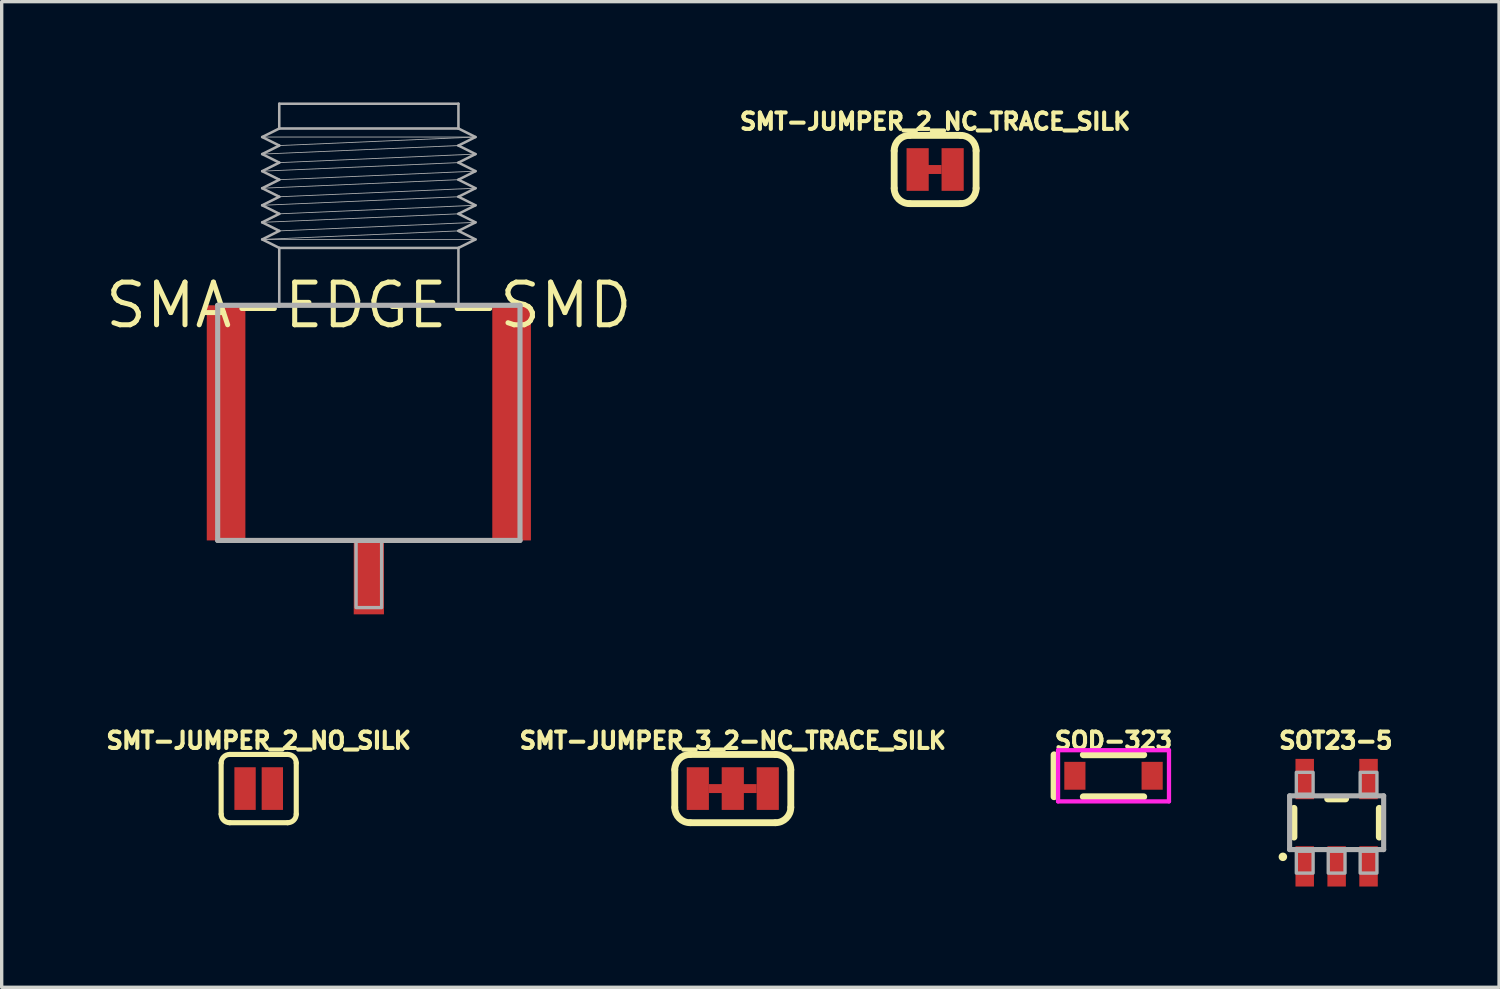
<source format=kicad_pcb>
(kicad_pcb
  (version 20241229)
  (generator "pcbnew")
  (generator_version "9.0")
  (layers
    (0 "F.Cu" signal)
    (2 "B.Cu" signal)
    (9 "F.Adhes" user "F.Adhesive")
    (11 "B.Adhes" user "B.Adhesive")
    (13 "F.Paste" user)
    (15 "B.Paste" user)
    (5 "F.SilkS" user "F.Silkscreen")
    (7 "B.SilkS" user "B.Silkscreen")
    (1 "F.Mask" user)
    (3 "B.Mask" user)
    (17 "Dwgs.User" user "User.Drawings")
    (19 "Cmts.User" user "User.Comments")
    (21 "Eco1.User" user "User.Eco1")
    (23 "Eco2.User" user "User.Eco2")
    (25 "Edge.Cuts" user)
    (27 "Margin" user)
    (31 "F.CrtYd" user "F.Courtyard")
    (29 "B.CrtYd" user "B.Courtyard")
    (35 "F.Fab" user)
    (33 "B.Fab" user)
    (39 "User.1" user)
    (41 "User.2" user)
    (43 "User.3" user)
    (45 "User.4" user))
  (footprint "SMT-JUMPER_2_NO_SILK"
    (layer "F.Cu")
    (at 4.651 20.425)
    (property "Reference" "SMT-JUMPER_2_NO_SILK" (at 0 -1.143 0) (layer "F.SilkS") (effects (font (size 0.488 0.488) (thickness 0.122)) (justify bottom)))
    (fp_line (start -1.118 0.762) (end -1.118 -0.762) (stroke (width 0.152) (type solid)) (layer "F.SilkS"))
    (fp_line (start -0.864 -1.016) (end 0.864 -1.016) (stroke (width 0.152) (type solid)) (layer "F.SilkS"))
    (fp_line (start 0.864 1.016) (end -0.864 1.016) (stroke (width 0.152) (type solid)) (layer "F.SilkS"))
    (fp_line (start 1.118 0.762) (end 1.118 -0.762) (stroke (width 0.152) (type solid)) (layer "F.SilkS"))
    (fp_arc (start -1.1176 -0.762) (mid -1.043205 -0.941605) (end -0.8636 -1.016) (stroke (width 0.1524) (type solid)) (layer "F.SilkS"))
    (fp_arc (start -0.8636 1.016) (mid -1.043205 0.941605) (end -1.1176 0.762) (stroke (width 0.1524) (type solid)) (layer "F.SilkS"))
    (fp_arc (start 0.8636 -1.016) (mid 1.043205 -0.941605) (end 1.1176 -0.762) (stroke (width 0.1524) (type solid)) (layer "F.SilkS"))
    (fp_arc (start 1.1176 0.762) (mid 1.043205 0.941605) (end 0.8636 1.016) (stroke (width 0.1524) (type solid)) (layer "F.SilkS"))
    (pad "1" smd rect (at -0.406 0) (size 0.635 1.27) (layers "F.Cu" "F.Mask"))
    (pad "2" smd rect (at 0.406 0) (size 0.635 1.27) (layers "F.Cu" "F.Mask")))
  (footprint "SMA-EDGE-SMD"
    (layer "F.Cu")
    (at 7.93 6.038)
    (property "Reference" "SMA-EDGE-SMD" (at 0 0 0) (layer "F.SilkS") (effects (font (size 1.27 1.27) (thickness 0.15))))
    (fp_poly (pts (xy -4.93 7) (xy -3.68 7) (xy -3.68 0) (xy -4.93 0)) (stroke (width 0) (type solid)) (fill yes) (layer "F.Paste"))
    (fp_poly (pts (xy -0.55 9.39) (xy 0.55 9.39) (xy 0.55 6.99) (xy -0.55 6.99)) (stroke (width 0) (type solid)) (fill yes) (layer "F.Paste"))
    (fp_poly (pts (xy 3.68 7) (xy 4.93 7) (xy 4.93 0) (xy 3.68 0)) (stroke (width 0) (type solid)) (fill yes) (layer "F.Paste"))
    (fp_line (start -4.5 0) (end -2.667 0) (stroke (width 0.152) (type solid)) (layer "F.Fab"))
    (fp_line (start -4.5 7) (end -4.5 0) (stroke (width 0.152) (type solid)) (layer "F.Fab"))
    (fp_line (start -3.175 -5.009) (end -2.667 -5.263) (stroke (width 0.076) (type solid)) (layer "F.Fab"))
    (fp_line (start -3.175 -4.501) (end -2.667 -4.755) (stroke (width 0.076) (type solid)) (layer "F.Fab"))
    (fp_line (start -3.175 -4.501) (end 2.667 -4.755) (stroke (width 0.025) (type solid)) (layer "F.Fab"))
    (fp_line (start -3.175 -3.993) (end -2.667 -4.247) (stroke (width 0.076) (type solid)) (layer "F.Fab"))
    (fp_line (start -3.175 -3.993) (end -2.667 -3.739) (stroke (width 0.076) (type solid)) (layer "F.Fab"))
    (fp_line (start -3.175 -3.993) (end 2.667 -4.247) (stroke (width 0.025) (type solid)) (layer "F.Fab"))
    (fp_line (start -3.175 -3.485) (end -2.667 -3.739) (stroke (width 0.076) (type solid)) (layer "F.Fab"))
    (fp_line (start -3.175 -3.485) (end 2.667 -3.739) (stroke (width 0.025) (type solid)) (layer "F.Fab"))
    (fp_line (start -3.175 -2.977) (end -2.667 -3.231) (stroke (width 0.076) (type solid)) (layer "F.Fab"))
    (fp_line (start -3.175 -2.977) (end 2.667 -3.231) (stroke (width 0.025) (type solid)) (layer "F.Fab"))
    (fp_line (start -3.175 -2.469) (end -2.667 -2.723) (stroke (width 0.076) (type solid)) (layer "F.Fab"))
    (fp_line (start -3.175 -2.469) (end 2.667 -2.723) (stroke (width 0.025) (type solid)) (layer "F.Fab"))
    (fp_line (start -3.175 -1.961) (end -2.667 -2.215) (stroke (width 0.076) (type solid)) (layer "F.Fab"))
    (fp_line (start -3.175 -1.961) (end 2.667 -2.215) (stroke (width 0.025) (type solid)) (layer "F.Fab"))
    (fp_line (start -3.175 -1.961) (end 3.175 -1.961) (stroke (width 0.025) (type solid)) (layer "F.Fab"))
    (fp_line (start -2.667 -6) (end 2.667 -6) (stroke (width 0.076) (type solid)) (layer "F.Fab"))
    (fp_line (start -2.667 -5.263) (end -2.667 -6) (stroke (width 0.076) (type solid)) (layer "F.Fab"))
    (fp_line (start -2.667 -5.263) (end 2.667 -5.263) (stroke (width 0.076) (type solid)) (layer "F.Fab"))
    (fp_line (start -2.667 -4.755) (end -3.175 -5.009) (stroke (width 0.076) (type solid)) (layer "F.Fab"))
    (fp_line (start -2.667 -4.755) (end 3.175 -5.009) (stroke (width 0.025) (type solid)) (layer "F.Fab"))
    (fp_line (start -2.667 -4.247) (end -3.175 -4.501) (stroke (width 0.076) (type solid)) (layer "F.Fab"))
    (fp_line (start -2.667 -4.247) (end 3.175 -4.501) (stroke (width 0.025) (type solid)) (layer "F.Fab"))
    (fp_line (start -2.667 -3.739) (end 3.175 -3.993) (stroke (width 0.025) (type solid)) (layer "F.Fab"))
    (fp_line (start -2.667 -3.231) (end -3.175 -3.485) (stroke (width 0.076) (type solid)) (layer "F.Fab"))
    (fp_line (start -2.667 -3.231) (end 3.175 -3.485) (stroke (width 0.025) (type solid)) (layer "F.Fab"))
    (fp_line (start -2.667 -2.723) (end -3.175 -2.977) (stroke (width 0.076) (type solid)) (layer "F.Fab"))
    (fp_line (start -2.667 -2.723) (end 3.175 -2.977) (stroke (width 0.025) (type solid)) (layer "F.Fab"))
    (fp_line (start -2.667 -2.215) (end -3.175 -2.469) (stroke (width 0.076) (type solid)) (layer "F.Fab"))
    (fp_line (start -2.667 -2.215) (end 3.175 -2.469) (stroke (width 0.025) (type solid)) (layer "F.Fab"))
    (fp_line (start -2.667 -1.707) (end -3.175 -1.961) (stroke (width 0.076) (type solid)) (layer "F.Fab"))
    (fp_line (start -2.667 -1.707) (end 2.667 -1.707) (stroke (width 0.076) (type solid)) (layer "F.Fab"))
    (fp_line (start -2.667 0) (end -2.667 -1.707) (stroke (width 0.076) (type solid)) (layer "F.Fab"))
    (fp_line (start -2.667 0) (end 2.667 0) (stroke (width 0.152) (type solid)) (layer "F.Fab"))
    (fp_line (start 2.667 -6) (end 2.667 -5.263) (stroke (width 0.076) (type solid)) (layer "F.Fab"))
    (fp_line (start 2.667 -5.263) (end 3.175 -5.009) (stroke (width 0.076) (type solid)) (layer "F.Fab"))
    (fp_line (start 2.667 -4.755) (end 3.175 -4.501) (stroke (width 0.076) (type solid)) (layer "F.Fab"))
    (fp_line (start 2.667 -4.247) (end 3.175 -3.993) (stroke (width 0.076) (type solid)) (layer "F.Fab"))
    (fp_line (start 2.667 -3.739) (end 3.175 -3.485) (stroke (width 0.076) (type solid)) (layer "F.Fab"))
    (fp_line (start 2.667 -3.231) (end 3.175 -2.977) (stroke (width 0.076) (type solid)) (layer "F.Fab"))
    (fp_line (start 2.667 -2.723) (end 3.175 -2.469) (stroke (width 0.076) (type solid)) (layer "F.Fab"))
    (fp_line (start 2.667 -2.215) (end 3.175 -1.961) (stroke (width 0.076) (type solid)) (layer "F.Fab"))
    (fp_line (start 2.667 -1.707) (end 2.667 0) (stroke (width 0.076) (type solid)) (layer "F.Fab"))
    (fp_line (start 2.667 0) (end 4.5 0) (stroke (width 0.152) (type solid)) (layer "F.Fab"))
    (fp_line (start 3.175 -5.009) (end -3.175 -5.009) (stroke (width 0.025) (type solid)) (layer "F.Fab"))
    (fp_line (start 3.175 -5.009) (end 2.667 -4.755) (stroke (width 0.076) (type solid)) (layer "F.Fab"))
    (fp_line (start 3.175 -4.501) (end 2.667 -4.247) (stroke (width 0.076) (type solid)) (layer "F.Fab"))
    (fp_line (start 3.175 -3.993) (end 2.667 -3.739) (stroke (width 0.076) (type solid)) (layer "F.Fab"))
    (fp_line (start 3.175 -3.485) (end 2.667 -3.231) (stroke (width 0.076) (type solid)) (layer "F.Fab"))
    (fp_line (start 3.175 -2.977) (end 2.667 -2.723) (stroke (width 0.076) (type solid)) (layer "F.Fab"))
    (fp_line (start 3.175 -2.469) (end 2.667 -2.215) (stroke (width 0.076) (type solid)) (layer "F.Fab"))
    (fp_line (start 3.175 -1.961) (end 2.667 -1.707) (stroke (width 0.076) (type solid)) (layer "F.Fab"))
    (fp_line (start 4.5 0) (end 4.5 7) (stroke (width 0.152) (type solid)) (layer "F.Fab"))
    (fp_line (start 4.5 7) (end -4.5 7) (stroke (width 0.152) (type solid)) (layer "F.Fab"))
    (fp_poly (pts (xy 0.38 7) (xy -0.38 7) (xy -0.38 9) (xy 0.38 9)) (stroke (width 0.1) (type solid)) (fill no) (layer "F.Fab"))
    (pad "GND@0" smd rect (at -4.25 3.5) (size 1.15 7) (layers "F.Cu" "F.Mask"))
    (pad "GND@1" smd rect (at 4.25 3.5) (size 1.15 7) (layers "F.Cu" "F.Mask"))
    (pad "SIG" smd rect (at 0 8.1) (size 0.9 2.2) (layers "F.Cu" "F.Mask")))
  (footprint "SOT23-5"
    (layer "F.Cu")
    (at 36.74 21.441)
    (property "Reference" "SOT23-5" (at -1.778 -2.159 0) (layer "F.SilkS") (effects (font (size 0.488 0.488) (thickness 0.122)) (justify left bottom)))
    (fp_line (start -1.27 0.429) (end -1.27 -0.429) (stroke (width 0.203) (type solid)) (layer "F.SilkS"))
    (fp_line (start -0.268 -0.709) (end 0.268 -0.709) (stroke (width 0.203) (type solid)) (layer "F.SilkS"))
    (fp_line (start 1.27 -0.429) (end 1.27 0.429) (stroke (width 0.203) (type solid)) (layer "F.SilkS"))
    (fp_circle (center -1.6 1.016) (end -1.537 1.016) (stroke (width 0.127) (type solid)) (fill yes) (layer "F.SilkS"))
    (fp_line (start -1.4 -0.8) (end -1.4 0.8) (stroke (width 0.152) (type solid)) (layer "F.Fab"))
    (fp_line (start -1.4 -0.8) (end 1.4 -0.8) (stroke (width 0.152) (type solid)) (layer "F.Fab"))
    (fp_line (start 1.4 -0.8) (end 1.4 0.8) (stroke (width 0.152) (type solid)) (layer "F.Fab"))
    (fp_line (start 1.4 0.8) (end -1.4 0.8) (stroke (width 0.152) (type solid)) (layer "F.Fab"))
    (fp_poly (pts (xy -1.2 -0.85) (xy -0.7 -0.85) (xy -0.7 -1.5) (xy -1.2 -1.5)) (stroke (width 0.1) (type solid)) (fill no) (layer "F.Fab"))
    (fp_poly (pts (xy -1.2 1.5) (xy -0.7 1.5) (xy -0.7 0.85) (xy -1.2 0.85)) (stroke (width 0.1) (type solid)) (fill no) (layer "F.Fab"))
    (fp_poly (pts (xy -0.25 1.5) (xy 0.25 1.5) (xy 0.25 0.85) (xy -0.25 0.85)) (stroke (width 0.1) (type solid)) (fill no) (layer "F.Fab"))
    (fp_poly (pts (xy 0.7 -0.85) (xy 1.2 -0.85) (xy 1.2 -1.5) (xy 0.7 -1.5)) (stroke (width 0.1) (type solid)) (fill no) (layer "F.Fab"))
    (fp_poly (pts (xy 0.7 1.5) (xy 1.2 1.5) (xy 1.2 0.85) (xy 0.7 0.85)) (stroke (width 0.1) (type solid)) (fill no) (layer "F.Fab"))
    (pad "1" smd rect (at -0.95 1.3) (size 0.55 1.2) (layers "F.Cu" "F.Mask" "F.Paste"))
    (pad "2" smd rect (at 0 1.3) (size 0.55 1.2) (layers "F.Cu" "F.Mask" "F.Paste"))
    (pad "3" smd rect (at 0.95 1.3) (size 0.55 1.2) (layers "F.Cu" "F.Mask" "F.Paste"))
    (pad "4" smd rect (at 0.95 -1.3) (size 0.55 1.2) (layers "F.Cu" "F.Mask" "F.Paste"))
    (pad "5" smd rect (at -0.95 -1.3) (size 0.55 1.2) (layers "F.Cu" "F.Mask" "F.Paste")))
  (footprint "SOD-323"
    (layer "F.Cu")
    (at 30.098 20.044)
    (property "Reference" "SOD-323" (at 0 -0.762 0) (layer "F.SilkS") (effects (font (size 0.488 0.488) (thickness 0.122)) (justify bottom)))
    (fp_line (start -1.77 -0.625) (end -1.77 0.625) (stroke (width 0.203) (type solid)) (layer "F.SilkS"))
    (fp_line (start -0.9 -0.625) (end 0.9 -0.625) (stroke (width 0.203) (type solid)) (layer "F.SilkS"))
    (fp_line (start -0.9 0.625) (end 0.9 0.625) (stroke (width 0.203) (type solid)) (layer "F.SilkS"))
    (fp_line (start -1.651 -0.762) (end 1.651 -0.762) (stroke (width 0.127) (type solid)) (layer "F.CrtYd"))
    (fp_line (start -1.651 0.762) (end -1.651 -0.762) (stroke (width 0.127) (type solid)) (layer "F.CrtYd"))
    (fp_line (start 1.651 -0.762) (end 1.651 0.762) (stroke (width 0.127) (type solid)) (layer "F.CrtYd"))
    (fp_line (start 1.651 0.762) (end -1.651 0.762) (stroke (width 0.127) (type solid)) (layer "F.CrtYd"))
    (pad "A" smd rect (at 1.15 0) (size 0.63 0.83) (layers "F.Cu" "F.Mask" "F.Paste"))
    (pad "C" smd rect (at -1.15 0) (size 0.63 0.83) (layers "F.Cu" "F.Mask" "F.Paste")))
  (footprint "SMT-JUMPER_3_2-NC_TRACE_SILK"
    (layer "F.Cu")
    (at 18.764 20.425)
    (property "Reference" "SMT-JUMPER_3_2-NC_TRACE_SILK" (at 0 -1.143 0) (layer "F.SilkS") (effects (font (size 0.488 0.488) (thickness 0.122)) (justify bottom)))
    (fp_poly (pts (xy 0.711 0.133) (xy -0.711 0.133) (xy -0.711 -0.133) (xy 0.711 -0.133)) (stroke (width 0) (type solid)) (fill yes) (layer "F.Cu"))
    (fp_poly (pts (xy -0.254 0.191) (xy -0.762 0.191) (xy -0.762 -0.191) (xy -0.254 -0.191)) (stroke (width 0) (type solid)) (fill yes) (layer "F.Mask"))
    (fp_poly (pts (xy 0.762 0.191) (xy 0.254 0.191) (xy 0.254 -0.191) (xy 0.762 -0.191)) (stroke (width 0) (type solid)) (fill yes) (layer "F.Mask"))
    (fp_line (start -1.727 0.559) (end -1.727 -0.559) (stroke (width 0.203) (type solid)) (layer "F.SilkS"))
    (fp_line (start -1.27 -1.016) (end 1.27 -1.016) (stroke (width 0.203) (type solid)) (layer "F.SilkS"))
    (fp_line (start 1.27 1.016) (end -1.27 1.016) (stroke (width 0.203) (type solid)) (layer "F.SilkS"))
    (fp_line (start 1.727 0.559) (end 1.727 -0.559) (stroke (width 0.203) (type solid)) (layer "F.SilkS"))
    (fp_arc (start -1.7272 -0.5588) (mid -1.593289 -0.882089) (end -1.27 -1.016) (stroke (width 0.2032) (type solid)) (layer "F.SilkS"))
    (fp_arc (start -1.27 1.016) (mid -1.593289 0.882089) (end -1.7272 0.5588) (stroke (width 0.2032) (type solid)) (layer "F.SilkS"))
    (fp_arc (start 1.27 -1.016) (mid 1.593289 -0.882089) (end 1.7272 -0.5588) (stroke (width 0.2032) (type solid)) (layer "F.SilkS"))
    (fp_arc (start 1.7272 0.5588) (mid 1.593289 0.882089) (end 1.27 1.016) (stroke (width 0.2032) (type solid)) (layer "F.SilkS"))
    (pad "1" smd rect (at -1.041 0) (size 0.66 1.27) (layers "F.Cu" "F.Mask"))
    (pad "2" smd rect (at 0 0) (size 0.66 1.27) (layers "F.Cu" "F.Mask"))
    (pad "3" smd rect (at 1.041 0) (size 0.66 1.27) (layers "F.Cu" "F.Mask")))
  (footprint "SMT-JUMPER_2_NC_TRACE_SILK"
    (layer "F.Cu")
    (at 24.788 1.996)
    (property "Reference" "SMT-JUMPER_2_NC_TRACE_SILK" (at 0 -1.143 0) (layer "F.SilkS") (effects (font (size 0.488 0.488) (thickness 0.122)) (justify bottom)))
    (fp_poly (pts (xy 0.191 0.133) (xy -0.705 0.133) (xy -0.705 -0.133) (xy 0.191 -0.133)) (stroke (width 0) (type solid)) (fill yes) (layer "F.Cu"))
    (fp_poly (pts (xy 0.254 0.191) (xy -0.254 0.191) (xy -0.254 -0.191) (xy 0.254 -0.191)) (stroke (width 0) (type solid)) (fill yes) (layer "F.Mask"))
    (fp_line (start -1.219 0.559) (end -1.219 -0.559) (stroke (width 0.203) (type solid)) (layer "F.SilkS"))
    (fp_line (start -0.762 -1.016) (end 0.762 -1.016) (stroke (width 0.203) (type solid)) (layer "F.SilkS"))
    (fp_line (start 0.762 1.016) (end -0.762 1.016) (stroke (width 0.203) (type solid)) (layer "F.SilkS"))
    (fp_line (start 1.219 0.559) (end 1.219 -0.559) (stroke (width 0.203) (type solid)) (layer "F.SilkS"))
    (fp_arc (start -1.2192 -0.5588) (mid -1.085289 -0.882089) (end -0.762 -1.016) (stroke (width 0.2032) (type solid)) (layer "F.SilkS"))
    (fp_arc (start -0.762 1.016) (mid -1.085289 0.882089) (end -1.2192 0.5588) (stroke (width 0.2032) (type solid)) (layer "F.SilkS"))
    (fp_arc (start 0.762 -1.016) (mid 1.085289 -0.882089) (end 1.2192 -0.5588) (stroke (width 0.2032) (type solid)) (layer "F.SilkS"))
    (fp_arc (start 1.2192 0.5588) (mid 1.085289 0.882089) (end 0.762 1.016) (stroke (width 0.2032) (type solid)) (layer "F.SilkS"))
    (pad "1" smd rect (at -0.521 0) (size 0.66 1.27) (layers "F.Cu" "F.Mask"))
    (pad "2" smd rect (at 0.521 0) (size 0.66 1.27) (layers "F.Cu" "F.Mask")))
  (gr_rect
    (start -3 -3)
    (end 41.575 26.341)
    (stroke (width 0.1) (type default))
    (fill no)
    (layer "Edge.Cuts")))
</source>
